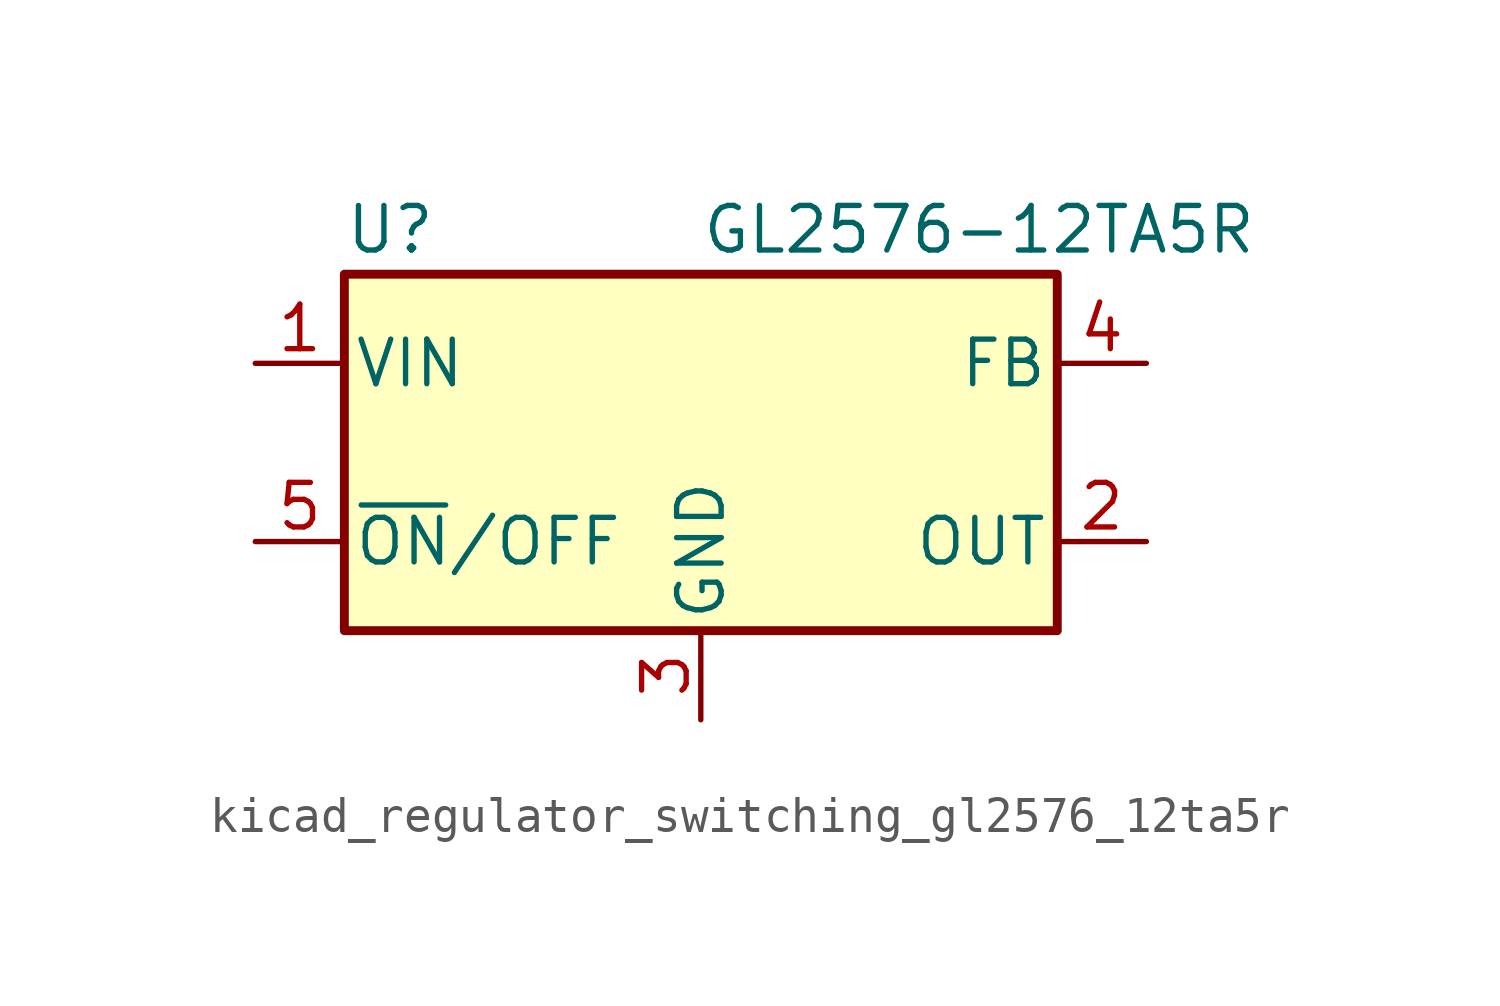
<source format=kicad_sym>
(kicad_symbol_lib
  (version 20220914)
  (generator kicad_symbol_editor)
  (symbol "kicad_regulator_switching_gl2576_12ta5r"
    (pin_names
      (offset 0.254))
    (property "Reference" "U"
      (at -10.16 6.35 0)
      (effects (font (size 1.27 1.27)) (justify left)))
    (property "Value" "GL2576-12TA5R"
      (at 0 6.35 0)
      (effects (font (size 1.27 1.27)) (justify left)))
    (symbol "kicad_regulator_switching_gl2576_12ta5r_0_1"
      (rectangle (start -10.16 5.08) (end 10.16 -5.08) (stroke (width 0.254) (type default)) (fill (type background))))
    (symbol "kicad_regulator_switching_gl2576_12ta5r_1_1"
      (pin power_in line (at -12.7 2.54 0) (length 2.54) (name "VIN" (effects (font (size 1.27 1.27)))) (number "1" (effects (font (size 1.27 1.27)))))
      (pin output line (at 12.7 -2.54 180) (length 2.54) (name "OUT" (effects (font (size 1.27 1.27)))) (number "2" (effects (font (size 1.27 1.27)))))
      (pin power_in line (at 0 -7.62 90) (length 2.54) (name "GND" (effects (font (size 1.27 1.27)))) (number "3" (effects (font (size 1.27 1.27)))))
      (pin input line (at 12.7 2.54 180) (length 2.54) (name "FB" (effects (font (size 1.27 1.27)))) (number "4" (effects (font (size 1.27 1.27)))))
      (pin input line (at -12.7 -2.54 0) (length 2.54) (name "~{ON}/OFF" (effects (font (size 1.27 1.27)))) (number "5" (effects (font (size 1.27 1.27))))))))
</source>
